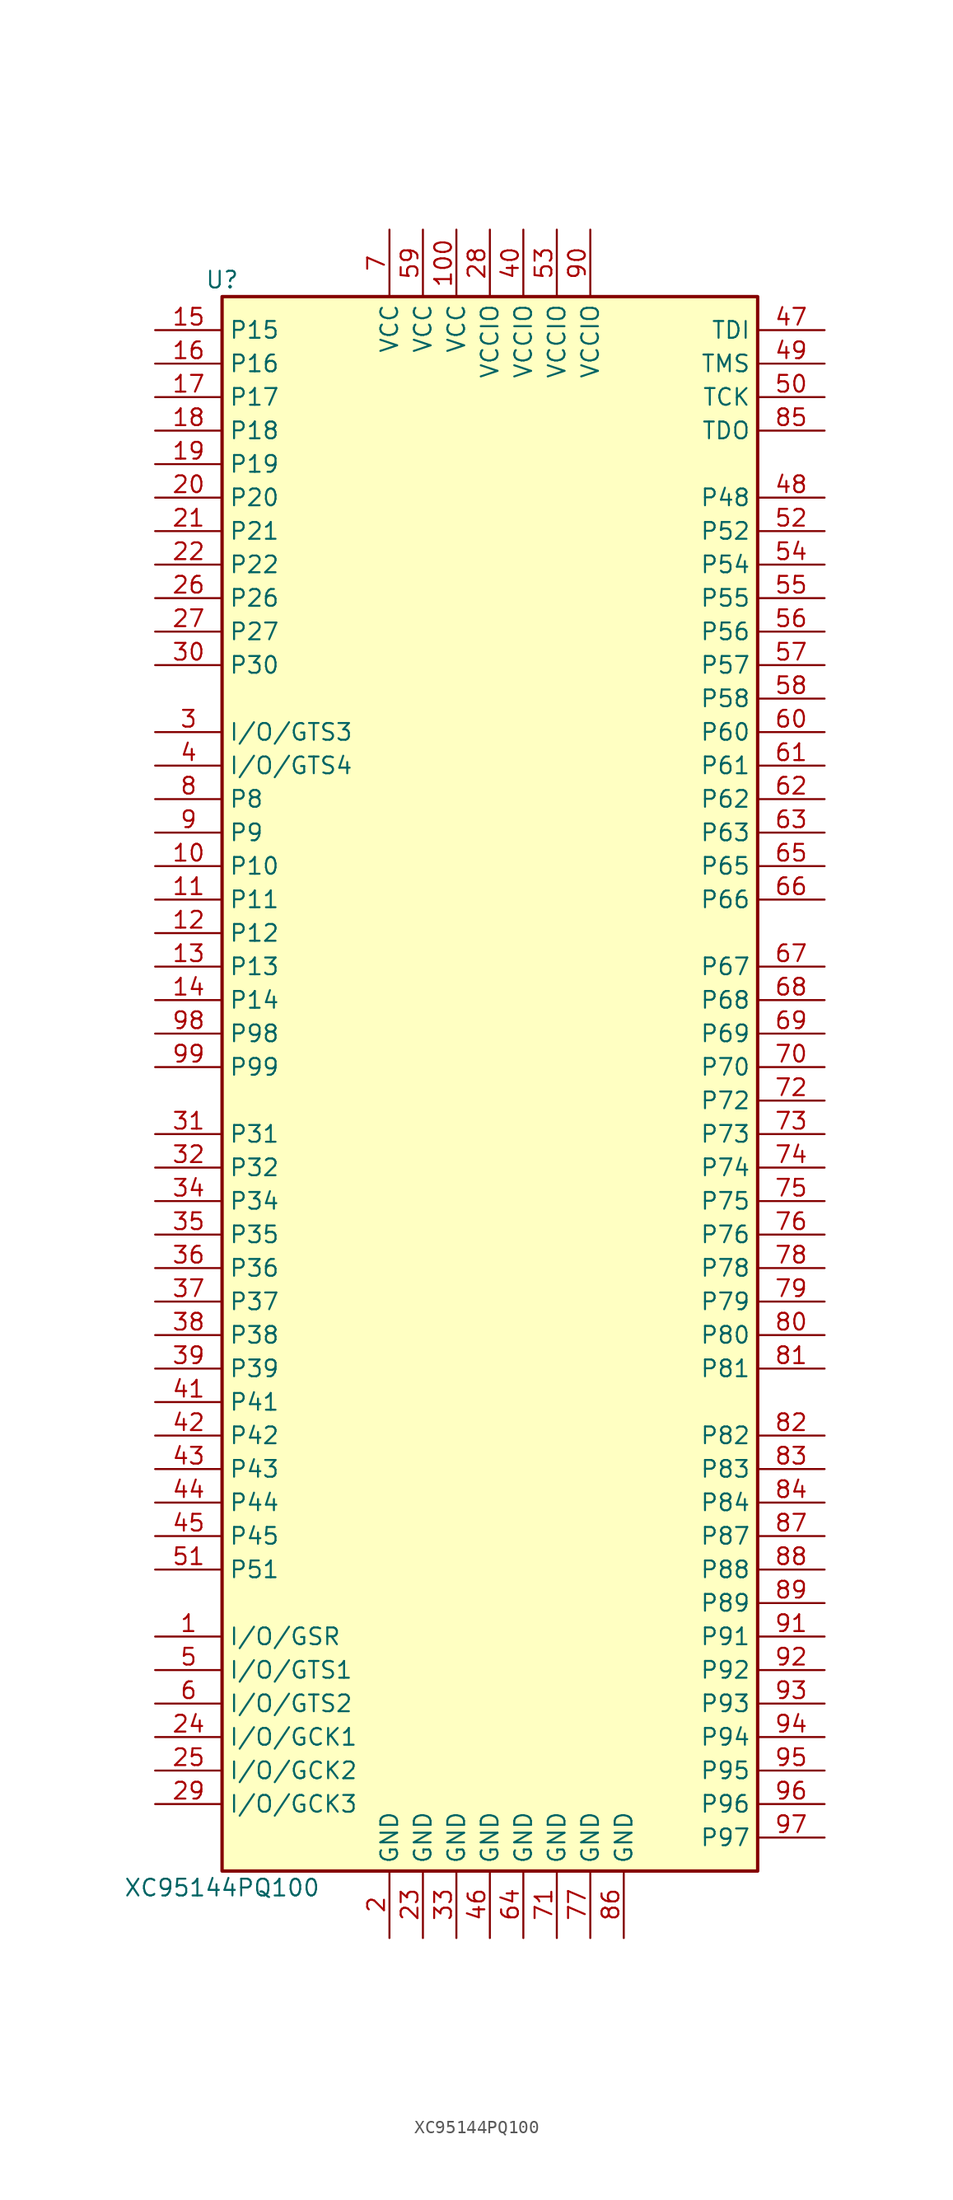
<source format=kicad_sym>
(kicad_symbol_lib
  (version 20231120)
  (generator "kicad_symbol_editor")
  (generator_version "8.0")
  (symbol "XC95144PQ100"
    (property "Reference" "U"
      (at -20.32 59.69 0)
      (effects (font (size 1.27 1.27))))
    (property "Value" "XC95144PQ100"
      (at -20.32 -62.23 0)
      (effects (font (size 1.27 1.27))))
    (symbol "XC95144PQ100_1_1"
      (rectangle (start -20.32 58.42) (end 20.32 -60.96) (stroke (width 0.254) (type default)) (fill (type background)))
      (pin bidirectional line (at -25.4 -43.18 0) (length 5.08) (name "I/O/GSR" (effects (font (size 1.27 1.27)))) (number "1" (effects (font (size 1.27 1.27)))))
      (pin bidirectional line (at -25.4 15.24 0) (length 5.08) (name "P10" (effects (font (size 1.27 1.27)))) (number "10" (effects (font (size 1.27 1.27)))))
      (pin power_in line (at -2.54 63.5 270) (length 5.08) (name "VCC" (effects (font (size 1.27 1.27)))) (number "100" (effects (font (size 1.27 1.27)))))
      (pin bidirectional line (at -25.4 12.7 0) (length 5.08) (name "P11" (effects (font (size 1.27 1.27)))) (number "11" (effects (font (size 1.27 1.27)))))
      (pin bidirectional line (at -25.4 10.16 0) (length 5.08) (name "P12" (effects (font (size 1.27 1.27)))) (number "12" (effects (font (size 1.27 1.27)))))
      (pin bidirectional line (at -25.4 7.62 0) (length 5.08) (name "P13" (effects (font (size 1.27 1.27)))) (number "13" (effects (font (size 1.27 1.27)))))
      (pin bidirectional line (at -25.4 5.08 0) (length 5.08) (name "P14" (effects (font (size 1.27 1.27)))) (number "14" (effects (font (size 1.27 1.27)))))
      (pin bidirectional line (at -25.4 55.88 0) (length 5.08) (name "P15" (effects (font (size 1.27 1.27)))) (number "15" (effects (font (size 1.27 1.27)))))
      (pin bidirectional line (at -25.4 53.34 0) (length 5.08) (name "P16" (effects (font (size 1.27 1.27)))) (number "16" (effects (font (size 1.27 1.27)))))
      (pin bidirectional line (at -25.4 50.8 0) (length 5.08) (name "P17" (effects (font (size 1.27 1.27)))) (number "17" (effects (font (size 1.27 1.27)))))
      (pin bidirectional line (at -25.4 48.26 0) (length 5.08) (name "P18" (effects (font (size 1.27 1.27)))) (number "18" (effects (font (size 1.27 1.27)))))
      (pin bidirectional line (at -25.4 45.72 0) (length 5.08) (name "P19" (effects (font (size 1.27 1.27)))) (number "19" (effects (font (size 1.27 1.27)))))
      (pin power_in line (at -7.62 -66.04 90) (length 5.08) (name "GND" (effects (font (size 1.27 1.27)))) (number "2" (effects (font (size 1.27 1.27)))))
      (pin bidirectional line (at -25.4 43.18 0) (length 5.08) (name "P20" (effects (font (size 1.27 1.27)))) (number "20" (effects (font (size 1.27 1.27)))))
      (pin bidirectional line (at -25.4 40.64 0) (length 5.08) (name "P21" (effects (font (size 1.27 1.27)))) (number "21" (effects (font (size 1.27 1.27)))))
      (pin bidirectional line (at -25.4 38.1 0) (length 5.08) (name "P22" (effects (font (size 1.27 1.27)))) (number "22" (effects (font (size 1.27 1.27)))))
      (pin power_in line (at -5.08 -66.04 90) (length 5.08) (name "GND" (effects (font (size 1.27 1.27)))) (number "23" (effects (font (size 1.27 1.27)))))
      (pin bidirectional line (at -25.4 -50.8 0) (length 5.08) (name "I/O/GCK1" (effects (font (size 1.27 1.27)))) (number "24" (effects (font (size 1.27 1.27)))))
      (pin bidirectional line (at -25.4 -53.34 0) (length 5.08) (name "I/O/GCK2" (effects (font (size 1.27 1.27)))) (number "25" (effects (font (size 1.27 1.27)))))
      (pin bidirectional line (at -25.4 35.56 0) (length 5.08) (name "P26" (effects (font (size 1.27 1.27)))) (number "26" (effects (font (size 1.27 1.27)))))
      (pin bidirectional line (at -25.4 33.02 0) (length 5.08) (name "P27" (effects (font (size 1.27 1.27)))) (number "27" (effects (font (size 1.27 1.27)))))
      (pin power_in line (at 0 63.5 270) (length 5.08) (name "VCCIO" (effects (font (size 1.27 1.27)))) (number "28" (effects (font (size 1.27 1.27)))))
      (pin bidirectional line (at -25.4 -55.88 0) (length 5.08) (name "I/O/GCK3" (effects (font (size 1.27 1.27)))) (number "29" (effects (font (size 1.27 1.27)))))
      (pin bidirectional line (at -25.4 25.4 0) (length 5.08) (name "I/O/GTS3" (effects (font (size 1.27 1.27)))) (number "3" (effects (font (size 1.27 1.27)))))
      (pin bidirectional line (at -25.4 30.48 0) (length 5.08) (name "P30" (effects (font (size 1.27 1.27)))) (number "30" (effects (font (size 1.27 1.27)))))
      (pin bidirectional line (at -25.4 -5.08 0) (length 5.08) (name "P31" (effects (font (size 1.27 1.27)))) (number "31" (effects (font (size 1.27 1.27)))))
      (pin bidirectional line (at -25.4 -7.62 0) (length 5.08) (name "P32" (effects (font (size 1.27 1.27)))) (number "32" (effects (font (size 1.27 1.27)))))
      (pin power_in line (at -2.54 -66.04 90) (length 5.08) (name "GND" (effects (font (size 1.27 1.27)))) (number "33" (effects (font (size 1.27 1.27)))))
      (pin bidirectional line (at -25.4 -10.16 0) (length 5.08) (name "P34" (effects (font (size 1.27 1.27)))) (number "34" (effects (font (size 1.27 1.27)))))
      (pin bidirectional line (at -25.4 -12.7 0) (length 5.08) (name "P35" (effects (font (size 1.27 1.27)))) (number "35" (effects (font (size 1.27 1.27)))))
      (pin bidirectional line (at -25.4 -15.24 0) (length 5.08) (name "P36" (effects (font (size 1.27 1.27)))) (number "36" (effects (font (size 1.27 1.27)))))
      (pin bidirectional line (at -25.4 -17.78 0) (length 5.08) (name "P37" (effects (font (size 1.27 1.27)))) (number "37" (effects (font (size 1.27 1.27)))))
      (pin bidirectional line (at -25.4 -20.32 0) (length 5.08) (name "P38" (effects (font (size 1.27 1.27)))) (number "38" (effects (font (size 1.27 1.27)))))
      (pin bidirectional line (at -25.4 -22.86 0) (length 5.08) (name "P39" (effects (font (size 1.27 1.27)))) (number "39" (effects (font (size 1.27 1.27)))))
      (pin bidirectional line (at -25.4 22.86 0) (length 5.08) (name "I/O/GTS4" (effects (font (size 1.27 1.27)))) (number "4" (effects (font (size 1.27 1.27)))))
      (pin power_in line (at 2.54 63.5 270) (length 5.08) (name "VCCIO" (effects (font (size 1.27 1.27)))) (number "40" (effects (font (size 1.27 1.27)))))
      (pin bidirectional line (at -25.4 -25.4 0) (length 5.08) (name "P41" (effects (font (size 1.27 1.27)))) (number "41" (effects (font (size 1.27 1.27)))))
      (pin bidirectional line (at -25.4 -27.94 0) (length 5.08) (name "P42" (effects (font (size 1.27 1.27)))) (number "42" (effects (font (size 1.27 1.27)))))
      (pin bidirectional line (at -25.4 -30.48 0) (length 5.08) (name "P43" (effects (font (size 1.27 1.27)))) (number "43" (effects (font (size 1.27 1.27)))))
      (pin bidirectional line (at -25.4 -33.02 0) (length 5.08) (name "P44" (effects (font (size 1.27 1.27)))) (number "44" (effects (font (size 1.27 1.27)))))
      (pin bidirectional line (at -25.4 -35.56 0) (length 5.08) (name "P45" (effects (font (size 1.27 1.27)))) (number "45" (effects (font (size 1.27 1.27)))))
      (pin power_in line (at 0 -66.04 90) (length 5.08) (name "GND" (effects (font (size 1.27 1.27)))) (number "46" (effects (font (size 1.27 1.27)))))
      (pin input line (at 25.4 55.88 180) (length 5.08) (name "TDI" (effects (font (size 1.27 1.27)))) (number "47" (effects (font (size 1.27 1.27)))))
      (pin bidirectional line (at 25.4 43.18 180) (length 5.08) (name "P48" (effects (font (size 1.27 1.27)))) (number "48" (effects (font (size 1.27 1.27)))))
      (pin input line (at 25.4 53.34 180) (length 5.08) (name "TMS" (effects (font (size 1.27 1.27)))) (number "49" (effects (font (size 1.27 1.27)))))
      (pin bidirectional line (at -25.4 -45.72 0) (length 5.08) (name "I/O/GTS1" (effects (font (size 1.27 1.27)))) (number "5" (effects (font (size 1.27 1.27)))))
      (pin input line (at 25.4 50.8 180) (length 5.08) (name "TCK" (effects (font (size 1.27 1.27)))) (number "50" (effects (font (size 1.27 1.27)))))
      (pin bidirectional line (at -25.4 -38.1 0) (length 5.08) (name "P51" (effects (font (size 1.27 1.27)))) (number "51" (effects (font (size 1.27 1.27)))))
      (pin bidirectional line (at 25.4 40.64 180) (length 5.08) (name "P52" (effects (font (size 1.27 1.27)))) (number "52" (effects (font (size 1.27 1.27)))))
      (pin power_in line (at 5.08 63.5 270) (length 5.08) (name "VCCIO" (effects (font (size 1.27 1.27)))) (number "53" (effects (font (size 1.27 1.27)))))
      (pin bidirectional line (at 25.4 38.1 180) (length 5.08) (name "P54" (effects (font (size 1.27 1.27)))) (number "54" (effects (font (size 1.27 1.27)))))
      (pin bidirectional line (at 25.4 35.56 180) (length 5.08) (name "P55" (effects (font (size 1.27 1.27)))) (number "55" (effects (font (size 1.27 1.27)))))
      (pin bidirectional line (at 25.4 33.02 180) (length 5.08) (name "P56" (effects (font (size 1.27 1.27)))) (number "56" (effects (font (size 1.27 1.27)))))
      (pin bidirectional line (at 25.4 30.48 180) (length 5.08) (name "P57" (effects (font (size 1.27 1.27)))) (number "57" (effects (font (size 1.27 1.27)))))
      (pin bidirectional line (at 25.4 27.94 180) (length 5.08) (name "P58" (effects (font (size 1.27 1.27)))) (number "58" (effects (font (size 1.27 1.27)))))
      (pin power_in line (at -5.08 63.5 270) (length 5.08) (name "VCC" (effects (font (size 1.27 1.27)))) (number "59" (effects (font (size 1.27 1.27)))))
      (pin bidirectional line (at -25.4 -48.26 0) (length 5.08) (name "I/O/GTS2" (effects (font (size 1.27 1.27)))) (number "6" (effects (font (size 1.27 1.27)))))
      (pin bidirectional line (at 25.4 25.4 180) (length 5.08) (name "P60" (effects (font (size 1.27 1.27)))) (number "60" (effects (font (size 1.27 1.27)))))
      (pin bidirectional line (at 25.4 22.86 180) (length 5.08) (name "P61" (effects (font (size 1.27 1.27)))) (number "61" (effects (font (size 1.27 1.27)))))
      (pin bidirectional line (at 25.4 20.32 180) (length 5.08) (name "P62" (effects (font (size 1.27 1.27)))) (number "62" (effects (font (size 1.27 1.27)))))
      (pin bidirectional line (at 25.4 17.78 180) (length 5.08) (name "P63" (effects (font (size 1.27 1.27)))) (number "63" (effects (font (size 1.27 1.27)))))
      (pin power_in line (at 2.54 -66.04 90) (length 5.08) (name "GND" (effects (font (size 1.27 1.27)))) (number "64" (effects (font (size 1.27 1.27)))))
      (pin bidirectional line (at 25.4 15.24 180) (length 5.08) (name "P65" (effects (font (size 1.27 1.27)))) (number "65" (effects (font (size 1.27 1.27)))))
      (pin bidirectional line (at 25.4 12.7 180) (length 5.08) (name "P66" (effects (font (size 1.27 1.27)))) (number "66" (effects (font (size 1.27 1.27)))))
      (pin bidirectional line (at 25.4 7.62 180) (length 5.08) (name "P67" (effects (font (size 1.27 1.27)))) (number "67" (effects (font (size 1.27 1.27)))))
      (pin bidirectional line (at 25.4 5.08 180) (length 5.08) (name "P68" (effects (font (size 1.27 1.27)))) (number "68" (effects (font (size 1.27 1.27)))))
      (pin bidirectional line (at 25.4 2.54 180) (length 5.08) (name "P69" (effects (font (size 1.27 1.27)))) (number "69" (effects (font (size 1.27 1.27)))))
      (pin power_in line (at -7.62 63.5 270) (length 5.08) (name "VCC" (effects (font (size 1.27 1.27)))) (number "7" (effects (font (size 1.27 1.27)))))
      (pin bidirectional line (at 25.4 0 180) (length 5.08) (name "P70" (effects (font (size 1.27 1.27)))) (number "70" (effects (font (size 1.27 1.27)))))
      (pin power_in line (at 5.08 -66.04 90) (length 5.08) (name "GND" (effects (font (size 1.27 1.27)))) (number "71" (effects (font (size 1.27 1.27)))))
      (pin bidirectional line (at 25.4 -2.54 180) (length 5.08) (name "P72" (effects (font (size 1.27 1.27)))) (number "72" (effects (font (size 1.27 1.27)))))
      (pin bidirectional line (at 25.4 -5.08 180) (length 5.08) (name "P73" (effects (font (size 1.27 1.27)))) (number "73" (effects (font (size 1.27 1.27)))))
      (pin bidirectional line (at 25.4 -7.62 180) (length 5.08) (name "P74" (effects (font (size 1.27 1.27)))) (number "74" (effects (font (size 1.27 1.27)))))
      (pin bidirectional line (at 25.4 -10.16 180) (length 5.08) (name "P75" (effects (font (size 1.27 1.27)))) (number "75" (effects (font (size 1.27 1.27)))))
      (pin bidirectional line (at 25.4 -12.7 180) (length 5.08) (name "P76" (effects (font (size 1.27 1.27)))) (number "76" (effects (font (size 1.27 1.27)))))
      (pin power_in line (at 7.62 -66.04 90) (length 5.08) (name "GND" (effects (font (size 1.27 1.27)))) (number "77" (effects (font (size 1.27 1.27)))))
      (pin bidirectional line (at 25.4 -15.24 180) (length 5.08) (name "P78" (effects (font (size 1.27 1.27)))) (number "78" (effects (font (size 1.27 1.27)))))
      (pin bidirectional line (at 25.4 -17.78 180) (length 5.08) (name "P79" (effects (font (size 1.27 1.27)))) (number "79" (effects (font (size 1.27 1.27)))))
      (pin bidirectional line (at -25.4 20.32 0) (length 5.08) (name "P8" (effects (font (size 1.27 1.27)))) (number "8" (effects (font (size 1.27 1.27)))))
      (pin bidirectional line (at 25.4 -20.32 180) (length 5.08) (name "P80" (effects (font (size 1.27 1.27)))) (number "80" (effects (font (size 1.27 1.27)))))
      (pin bidirectional line (at 25.4 -22.86 180) (length 5.08) (name "P81" (effects (font (size 1.27 1.27)))) (number "81" (effects (font (size 1.27 1.27)))))
      (pin bidirectional line (at 25.4 -27.94 180) (length 5.08) (name "P82" (effects (font (size 1.27 1.27)))) (number "82" (effects (font (size 1.27 1.27)))))
      (pin bidirectional line (at 25.4 -30.48 180) (length 5.08) (name "P83" (effects (font (size 1.27 1.27)))) (number "83" (effects (font (size 1.27 1.27)))))
      (pin bidirectional line (at 25.4 -33.02 180) (length 5.08) (name "P84" (effects (font (size 1.27 1.27)))) (number "84" (effects (font (size 1.27 1.27)))))
      (pin output line (at 25.4 48.26 180) (length 5.08) (name "TDO" (effects (font (size 1.27 1.27)))) (number "85" (effects (font (size 1.27 1.27)))))
      (pin power_in line (at 10.16 -66.04 90) (length 5.08) (name "GND" (effects (font (size 1.27 1.27)))) (number "86" (effects (font (size 1.27 1.27)))))
      (pin bidirectional line (at 25.4 -35.56 180) (length 5.08) (name "P87" (effects (font (size 1.27 1.27)))) (number "87" (effects (font (size 1.27 1.27)))))
      (pin bidirectional line (at 25.4 -38.1 180) (length 5.08) (name "P88" (effects (font (size 1.27 1.27)))) (number "88" (effects (font (size 1.27 1.27)))))
      (pin bidirectional line (at 25.4 -40.64 180) (length 5.08) (name "P89" (effects (font (size 1.27 1.27)))) (number "89" (effects (font (size 1.27 1.27)))))
      (pin bidirectional line (at -25.4 17.78 0) (length 5.08) (name "P9" (effects (font (size 1.27 1.27)))) (number "9" (effects (font (size 1.27 1.27)))))
      (pin power_in line (at 7.62 63.5 270) (length 5.08) (name "VCCIO" (effects (font (size 1.27 1.27)))) (number "90" (effects (font (size 1.27 1.27)))))
      (pin bidirectional line (at 25.4 -43.18 180) (length 5.08) (name "P91" (effects (font (size 1.27 1.27)))) (number "91" (effects (font (size 1.27 1.27)))))
      (pin bidirectional line (at 25.4 -45.72 180) (length 5.08) (name "P92" (effects (font (size 1.27 1.27)))) (number "92" (effects (font (size 1.27 1.27)))))
      (pin bidirectional line (at 25.4 -48.26 180) (length 5.08) (name "P93" (effects (font (size 1.27 1.27)))) (number "93" (effects (font (size 1.27 1.27)))))
      (pin bidirectional line (at 25.4 -50.8 180) (length 5.08) (name "P94" (effects (font (size 1.27 1.27)))) (number "94" (effects (font (size 1.27 1.27)))))
      (pin bidirectional line (at 25.4 -53.34 180) (length 5.08) (name "P95" (effects (font (size 1.27 1.27)))) (number "95" (effects (font (size 1.27 1.27)))))
      (pin bidirectional line (at 25.4 -55.88 180) (length 5.08) (name "P96" (effects (font (size 1.27 1.27)))) (number "96" (effects (font (size 1.27 1.27)))))
      (pin bidirectional line (at 25.4 -58.42 180) (length 5.08) (name "P97" (effects (font (size 1.27 1.27)))) (number "97" (effects (font (size 1.27 1.27)))))
      (pin bidirectional line (at -25.4 2.54 0) (length 5.08) (name "P98" (effects (font (size 1.27 1.27)))) (number "98" (effects (font (size 1.27 1.27)))))
      (pin bidirectional line (at -25.4 0 0) (length 5.08) (name "P99" (effects (font (size 1.27 1.27)))) (number "99" (effects (font (size 1.27 1.27))))))))
</source>
